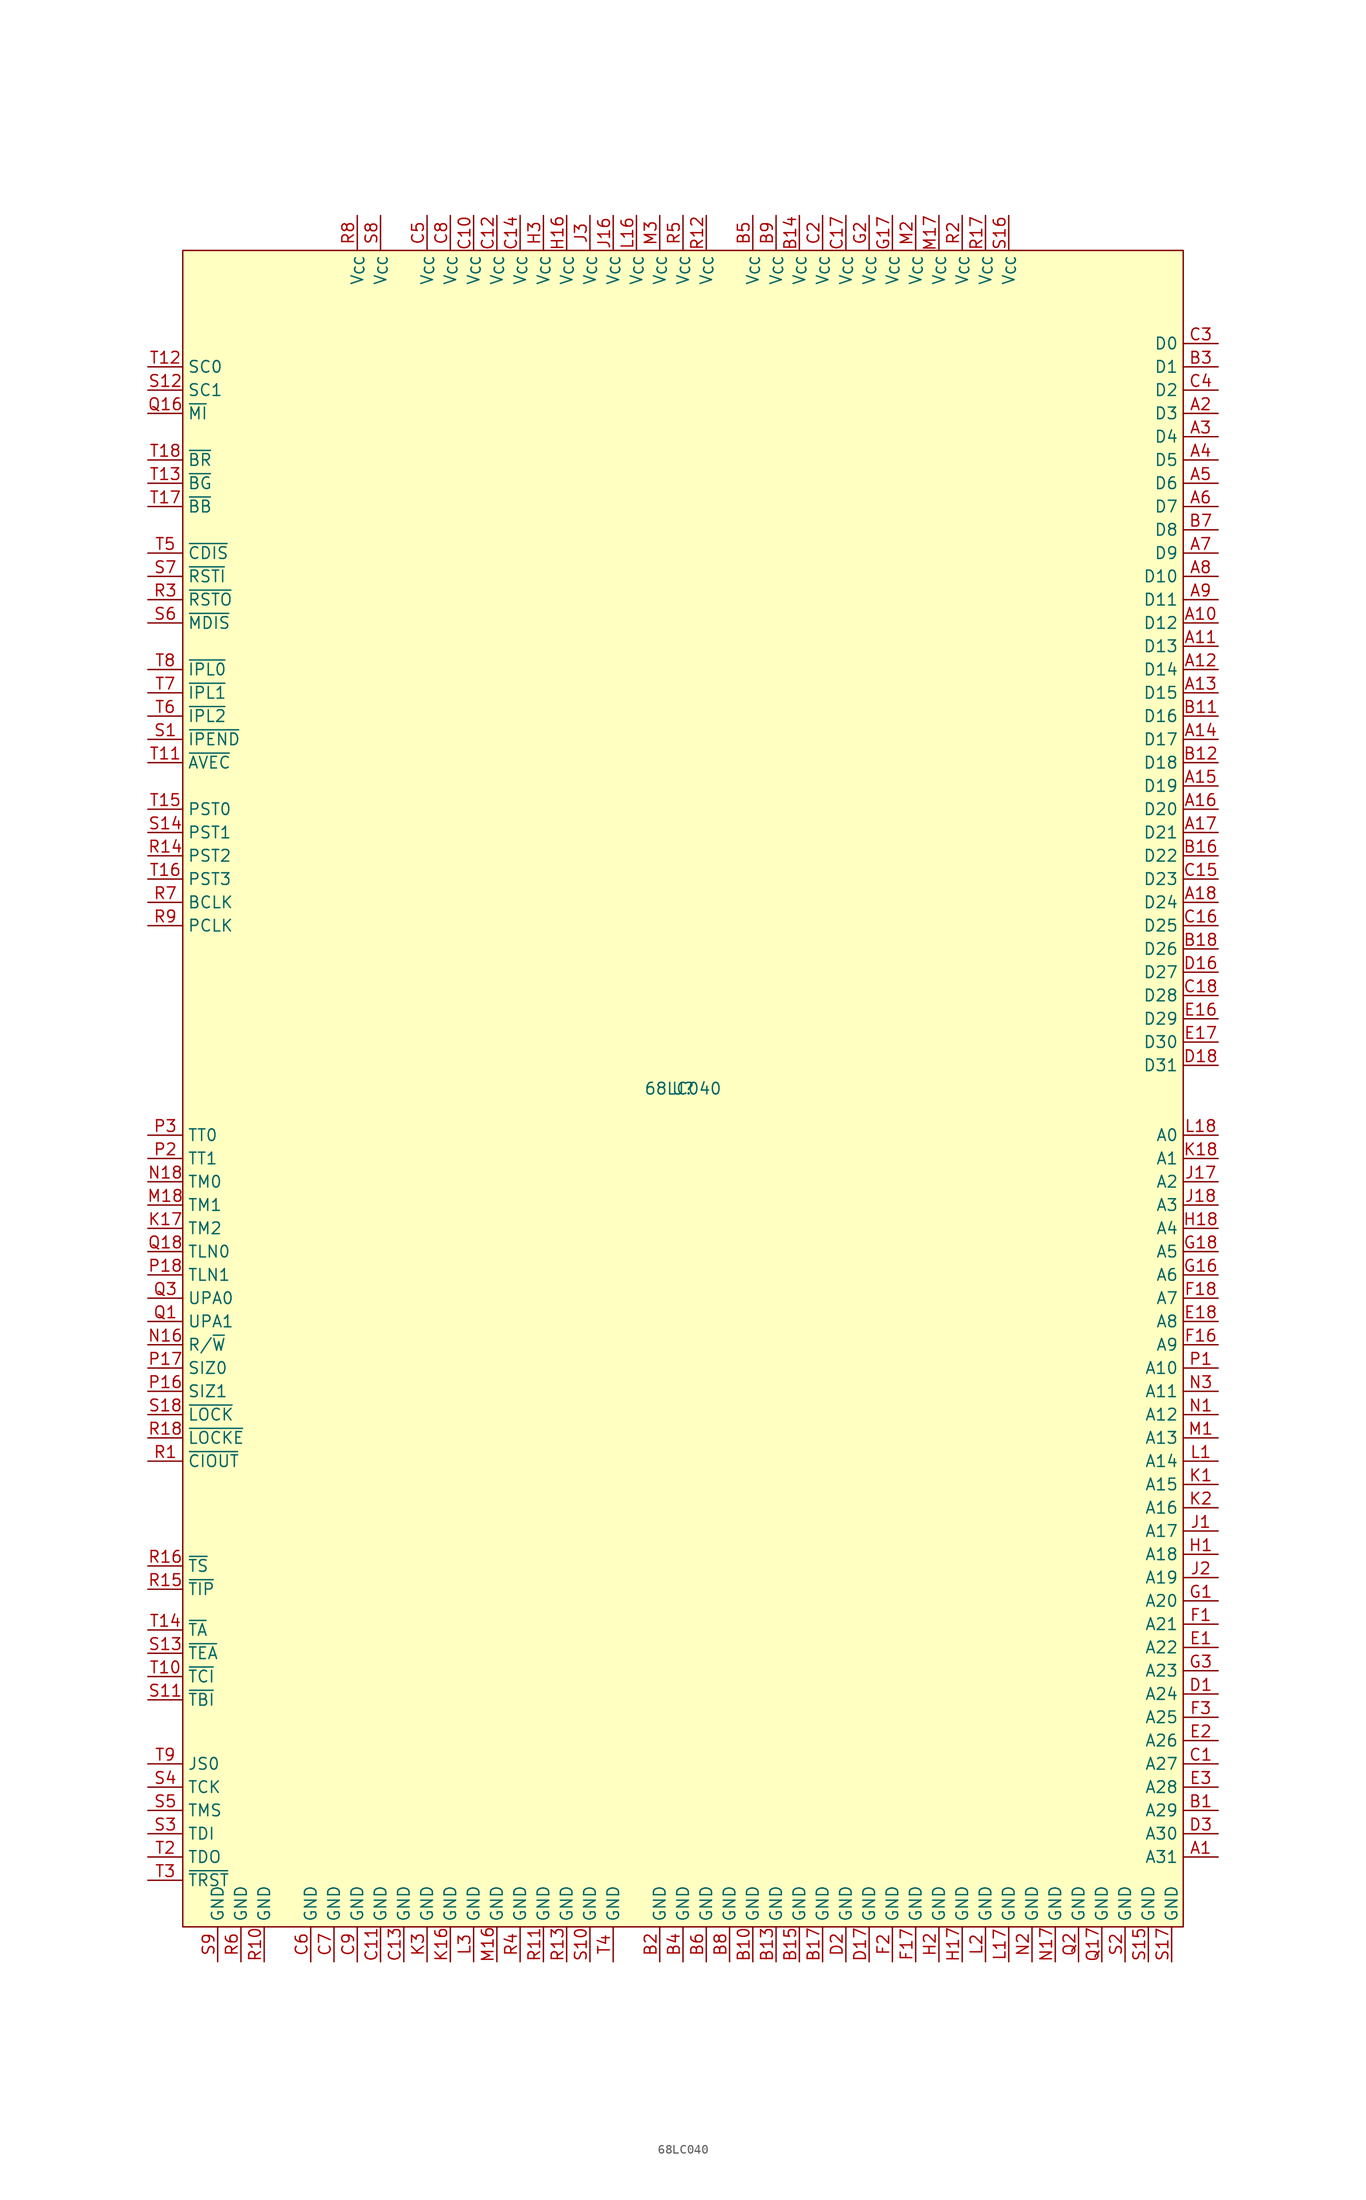
<source format=kicad_sym>
(kicad_symbol_lib
  (version 20220914)
  (generator kicad_symbol_editor)
  (symbol "68LC040"
    (property "Reference" "U"
      (at 0 0 0)
      (effects (font (size 1.27 1.27))))
    (property "Value" "68LC040"
      (at 0 0 0)
      (effects (font (size 1.27 1.27))))
    (symbol "68LC040_1_1"
      (rectangle (start -54.61 91.44) (end 54.61 -91.44) (stroke (width 0) (type default)) (fill (type background)))
      (pin bidirectional line (at 58.42 -83.82 180) (length 3.81) (name "A31" (effects (font (size 1.27 1.27)))) (number "A1" (effects (font (size 1.27 1.27)))))
      (pin bidirectional line (at 58.42 50.8 180) (length 3.81) (name "D12" (effects (font (size 1.27 1.27)))) (number "A10" (effects (font (size 1.27 1.27)))))
      (pin bidirectional line (at 58.42 48.26 180) (length 3.81) (name "D13" (effects (font (size 1.27 1.27)))) (number "A11" (effects (font (size 1.27 1.27)))))
      (pin bidirectional line (at 58.42 45.72 180) (length 3.81) (name "D14" (effects (font (size 1.27 1.27)))) (number "A12" (effects (font (size 1.27 1.27)))))
      (pin bidirectional line (at 58.42 43.18 180) (length 3.81) (name "D15" (effects (font (size 1.27 1.27)))) (number "A13" (effects (font (size 1.27 1.27)))))
      (pin bidirectional line (at 58.42 38.1 180) (length 3.81) (name "D17" (effects (font (size 1.27 1.27)))) (number "A14" (effects (font (size 1.27 1.27)))))
      (pin bidirectional line (at 58.42 33.02 180) (length 3.81) (name "D19" (effects (font (size 1.27 1.27)))) (number "A15" (effects (font (size 1.27 1.27)))))
      (pin bidirectional line (at 58.42 30.48 180) (length 3.81) (name "D20" (effects (font (size 1.27 1.27)))) (number "A16" (effects (font (size 1.27 1.27)))))
      (pin bidirectional line (at 58.42 27.94 180) (length 3.81) (name "D21" (effects (font (size 1.27 1.27)))) (number "A17" (effects (font (size 1.27 1.27)))))
      (pin bidirectional line (at 58.42 20.32 180) (length 3.81) (name "D24" (effects (font (size 1.27 1.27)))) (number "A18" (effects (font (size 1.27 1.27)))))
      (pin bidirectional line (at 58.42 73.66 180) (length 3.81) (name "D3" (effects (font (size 1.27 1.27)))) (number "A2" (effects (font (size 1.27 1.27)))))
      (pin bidirectional line (at 58.42 71.12 180) (length 3.81) (name "D4" (effects (font (size 1.27 1.27)))) (number "A3" (effects (font (size 1.27 1.27)))))
      (pin bidirectional line (at 58.42 68.58 180) (length 3.81) (name "D5" (effects (font (size 1.27 1.27)))) (number "A4" (effects (font (size 1.27 1.27)))))
      (pin bidirectional line (at 58.42 66.04 180) (length 3.81) (name "D6" (effects (font (size 1.27 1.27)))) (number "A5" (effects (font (size 1.27 1.27)))))
      (pin bidirectional line (at 58.42 63.5 180) (length 3.81) (name "D7" (effects (font (size 1.27 1.27)))) (number "A6" (effects (font (size 1.27 1.27)))))
      (pin bidirectional line (at 58.42 58.42 180) (length 3.81) (name "D9" (effects (font (size 1.27 1.27)))) (number "A7" (effects (font (size 1.27 1.27)))))
      (pin bidirectional line (at 58.42 55.88 180) (length 3.81) (name "D10" (effects (font (size 1.27 1.27)))) (number "A8" (effects (font (size 1.27 1.27)))))
      (pin bidirectional line (at 58.42 53.34 180) (length 3.81) (name "D11" (effects (font (size 1.27 1.27)))) (number "A9" (effects (font (size 1.27 1.27)))))
      (pin bidirectional line (at 58.42 -78.74 180) (length 3.81) (name "A29" (effects (font (size 1.27 1.27)))) (number "B1" (effects (font (size 1.27 1.27)))))
      (pin power_in line (at 7.62 -95.25 90) (length 3.81) (name "GND" (effects (font (size 1.27 1.27)))) (number "B10" (effects (font (size 1.27 1.27)))))
      (pin bidirectional line (at 58.42 40.64 180) (length 3.81) (name "D16" (effects (font (size 1.27 1.27)))) (number "B11" (effects (font (size 1.27 1.27)))))
      (pin bidirectional line (at 58.42 35.56 180) (length 3.81) (name "D18" (effects (font (size 1.27 1.27)))) (number "B12" (effects (font (size 1.27 1.27)))))
      (pin power_in line (at 10.16 -95.25 90) (length 3.81) (name "GND" (effects (font (size 1.27 1.27)))) (number "B13" (effects (font (size 1.27 1.27)))))
      (pin power_in line (at 12.7 95.25 270) (length 3.81) (name "V_{CC}" (effects (font (size 1.27 1.27)))) (number "B14" (effects (font (size 1.27 1.27)))))
      (pin power_in line (at 12.7 -95.25 90) (length 3.81) (name "GND" (effects (font (size 1.27 1.27)))) (number "B15" (effects (font (size 1.27 1.27)))))
      (pin bidirectional line (at 58.42 25.4 180) (length 3.81) (name "D22" (effects (font (size 1.27 1.27)))) (number "B16" (effects (font (size 1.27 1.27)))))
      (pin power_in line (at 15.24 -95.25 90) (length 3.81) (name "GND" (effects (font (size 1.27 1.27)))) (number "B17" (effects (font (size 1.27 1.27)))))
      (pin bidirectional line (at 58.42 15.24 180) (length 3.81) (name "D26" (effects (font (size 1.27 1.27)))) (number "B18" (effects (font (size 1.27 1.27)))))
      (pin power_in line (at -2.54 -95.25 90) (length 3.81) (name "GND" (effects (font (size 1.27 1.27)))) (number "B2" (effects (font (size 1.27 1.27)))))
      (pin bidirectional line (at 58.42 78.74 180) (length 3.81) (name "D1" (effects (font (size 1.27 1.27)))) (number "B3" (effects (font (size 1.27 1.27)))))
      (pin power_in line (at 0 -95.25 90) (length 3.81) (name "GND" (effects (font (size 1.27 1.27)))) (number "B4" (effects (font (size 1.27 1.27)))))
      (pin power_in line (at 7.62 95.25 270) (length 3.81) (name "V_{CC}" (effects (font (size 1.27 1.27)))) (number "B5" (effects (font (size 1.27 1.27)))))
      (pin power_in line (at 2.54 -95.25 90) (length 3.81) (name "GND" (effects (font (size 1.27 1.27)))) (number "B6" (effects (font (size 1.27 1.27)))))
      (pin bidirectional line (at 58.42 60.96 180) (length 3.81) (name "D8" (effects (font (size 1.27 1.27)))) (number "B7" (effects (font (size 1.27 1.27)))))
      (pin power_in line (at 5.08 -95.25 90) (length 3.81) (name "GND" (effects (font (size 1.27 1.27)))) (number "B8" (effects (font (size 1.27 1.27)))))
      (pin power_in line (at 10.16 95.25 270) (length 3.81) (name "V_{CC}" (effects (font (size 1.27 1.27)))) (number "B9" (effects (font (size 1.27 1.27)))))
      (pin bidirectional line (at 58.42 -73.66 180) (length 3.81) (name "A27" (effects (font (size 1.27 1.27)))) (number "C1" (effects (font (size 1.27 1.27)))))
      (pin power_in line (at -22.86 95.25 270) (length 3.81) (name "V_{CC}" (effects (font (size 1.27 1.27)))) (number "C10" (effects (font (size 1.27 1.27)))))
      (pin power_in line (at -33.02 -95.25 90) (length 3.81) (name "GND" (effects (font (size 1.27 1.27)))) (number "C11" (effects (font (size 1.27 1.27)))))
      (pin power_in line (at -20.32 95.25 270) (length 3.81) (name "V_{CC}" (effects (font (size 1.27 1.27)))) (number "C12" (effects (font (size 1.27 1.27)))))
      (pin power_in line (at -30.48 -95.25 90) (length 3.81) (name "GND" (effects (font (size 1.27 1.27)))) (number "C13" (effects (font (size 1.27 1.27)))))
      (pin power_in line (at -17.78 95.25 270) (length 3.81) (name "V_{CC}" (effects (font (size 1.27 1.27)))) (number "C14" (effects (font (size 1.27 1.27)))))
      (pin bidirectional line (at 58.42 22.86 180) (length 3.81) (name "D23" (effects (font (size 1.27 1.27)))) (number "C15" (effects (font (size 1.27 1.27)))))
      (pin bidirectional line (at 58.42 17.78 180) (length 3.81) (name "D25" (effects (font (size 1.27 1.27)))) (number "C16" (effects (font (size 1.27 1.27)))))
      (pin power_in line (at 17.78 95.25 270) (length 3.81) (name "V_{CC}" (effects (font (size 1.27 1.27)))) (number "C17" (effects (font (size 1.27 1.27)))))
      (pin bidirectional line (at 58.42 10.16 180) (length 3.81) (name "D28" (effects (font (size 1.27 1.27)))) (number "C18" (effects (font (size 1.27 1.27)))))
      (pin power_in line (at 15.24 95.25 270) (length 3.81) (name "V_{CC}" (effects (font (size 1.27 1.27)))) (number "C2" (effects (font (size 1.27 1.27)))))
      (pin bidirectional line (at 58.42 81.28 180) (length 3.81) (name "D0" (effects (font (size 1.27 1.27)))) (number "C3" (effects (font (size 1.27 1.27)))))
      (pin bidirectional line (at 58.42 76.2 180) (length 3.81) (name "D2" (effects (font (size 1.27 1.27)))) (number "C4" (effects (font (size 1.27 1.27)))))
      (pin power_in line (at -27.94 95.25 270) (length 3.81) (name "V_{CC}" (effects (font (size 1.27 1.27)))) (number "C5" (effects (font (size 1.27 1.27)))))
      (pin power_in line (at -40.64 -95.25 90) (length 3.81) (name "GND" (effects (font (size 1.27 1.27)))) (number "C6" (effects (font (size 1.27 1.27)))))
      (pin power_in line (at -38.1 -95.25 90) (length 3.81) (name "GND" (effects (font (size 1.27 1.27)))) (number "C7" (effects (font (size 1.27 1.27)))))
      (pin power_in line (at -25.4 95.25 270) (length 3.81) (name "V_{CC}" (effects (font (size 1.27 1.27)))) (number "C8" (effects (font (size 1.27 1.27)))))
      (pin power_in line (at -35.56 -95.25 90) (length 3.81) (name "GND" (effects (font (size 1.27 1.27)))) (number "C9" (effects (font (size 1.27 1.27)))))
      (pin bidirectional line (at 58.42 -66.04 180) (length 3.81) (name "A24" (effects (font (size 1.27 1.27)))) (number "D1" (effects (font (size 1.27 1.27)))))
      (pin bidirectional line (at 58.42 12.7 180) (length 3.81) (name "D27" (effects (font (size 1.27 1.27)))) (number "D16" (effects (font (size 1.27 1.27)))))
      (pin power_in line (at 20.32 -95.25 90) (length 3.81) (name "GND" (effects (font (size 1.27 1.27)))) (number "D17" (effects (font (size 1.27 1.27)))))
      (pin bidirectional line (at 58.42 2.54 180) (length 3.81) (name "D31" (effects (font (size 1.27 1.27)))) (number "D18" (effects (font (size 1.27 1.27)))))
      (pin power_in line (at 17.78 -95.25 90) (length 3.81) (name "GND" (effects (font (size 1.27 1.27)))) (number "D2" (effects (font (size 1.27 1.27)))))
      (pin bidirectional line (at 58.42 -81.28 180) (length 3.81) (name "A30" (effects (font (size 1.27 1.27)))) (number "D3" (effects (font (size 1.27 1.27)))))
      (pin bidirectional line (at 58.42 -60.96 180) (length 3.81) (name "A22" (effects (font (size 1.27 1.27)))) (number "E1" (effects (font (size 1.27 1.27)))))
      (pin bidirectional line (at 58.42 7.62 180) (length 3.81) (name "D29" (effects (font (size 1.27 1.27)))) (number "E16" (effects (font (size 1.27 1.27)))))
      (pin bidirectional line (at 58.42 5.08 180) (length 3.81) (name "D30" (effects (font (size 1.27 1.27)))) (number "E17" (effects (font (size 1.27 1.27)))))
      (pin bidirectional line (at 58.42 -25.4 180) (length 3.81) (name "A8" (effects (font (size 1.27 1.27)))) (number "E18" (effects (font (size 1.27 1.27)))))
      (pin bidirectional line (at 58.42 -71.12 180) (length 3.81) (name "A26" (effects (font (size 1.27 1.27)))) (number "E2" (effects (font (size 1.27 1.27)))))
      (pin bidirectional line (at 58.42 -76.2 180) (length 3.81) (name "A28" (effects (font (size 1.27 1.27)))) (number "E3" (effects (font (size 1.27 1.27)))))
      (pin bidirectional line (at 58.42 -58.42 180) (length 3.81) (name "A21" (effects (font (size 1.27 1.27)))) (number "F1" (effects (font (size 1.27 1.27)))))
      (pin bidirectional line (at 58.42 -27.94 180) (length 3.81) (name "A9" (effects (font (size 1.27 1.27)))) (number "F16" (effects (font (size 1.27 1.27)))))
      (pin power_in line (at 25.4 -95.25 90) (length 3.81) (name "GND" (effects (font (size 1.27 1.27)))) (number "F17" (effects (font (size 1.27 1.27)))))
      (pin bidirectional line (at 58.42 -22.86 180) (length 3.81) (name "A7" (effects (font (size 1.27 1.27)))) (number "F18" (effects (font (size 1.27 1.27)))))
      (pin power_in line (at 22.86 -95.25 90) (length 3.81) (name "GND" (effects (font (size 1.27 1.27)))) (number "F2" (effects (font (size 1.27 1.27)))))
      (pin bidirectional line (at 58.42 -68.58 180) (length 3.81) (name "A25" (effects (font (size 1.27 1.27)))) (number "F3" (effects (font (size 1.27 1.27)))))
      (pin bidirectional line (at 58.42 -55.88 180) (length 3.81) (name "A20" (effects (font (size 1.27 1.27)))) (number "G1" (effects (font (size 1.27 1.27)))))
      (pin bidirectional line (at 58.42 -20.32 180) (length 3.81) (name "A6" (effects (font (size 1.27 1.27)))) (number "G16" (effects (font (size 1.27 1.27)))))
      (pin power_in line (at 22.86 95.25 270) (length 3.81) (name "V_{CC}" (effects (font (size 1.27 1.27)))) (number "G17" (effects (font (size 1.27 1.27)))))
      (pin bidirectional line (at 58.42 -17.78 180) (length 3.81) (name "A5" (effects (font (size 1.27 1.27)))) (number "G18" (effects (font (size 1.27 1.27)))))
      (pin power_in line (at 20.32 95.25 270) (length 3.81) (name "V_{CC}" (effects (font (size 1.27 1.27)))) (number "G2" (effects (font (size 1.27 1.27)))))
      (pin bidirectional line (at 58.42 -63.5 180) (length 3.81) (name "A23" (effects (font (size 1.27 1.27)))) (number "G3" (effects (font (size 1.27 1.27)))))
      (pin bidirectional line (at 58.42 -50.8 180) (length 3.81) (name "A18" (effects (font (size 1.27 1.27)))) (number "H1" (effects (font (size 1.27 1.27)))))
      (pin power_in line (at -12.7 95.25 270) (length 3.81) (name "V_{CC}" (effects (font (size 1.27 1.27)))) (number "H16" (effects (font (size 1.27 1.27)))))
      (pin power_in line (at 30.48 -95.25 90) (length 3.81) (name "GND" (effects (font (size 1.27 1.27)))) (number "H17" (effects (font (size 1.27 1.27)))))
      (pin bidirectional line (at 58.42 -15.24 180) (length 3.81) (name "A4" (effects (font (size 1.27 1.27)))) (number "H18" (effects (font (size 1.27 1.27)))))
      (pin power_in line (at 27.94 -95.25 90) (length 3.81) (name "GND" (effects (font (size 1.27 1.27)))) (number "H2" (effects (font (size 1.27 1.27)))))
      (pin power_in line (at -15.24 95.25 270) (length 3.81) (name "V_{CC}" (effects (font (size 1.27 1.27)))) (number "H3" (effects (font (size 1.27 1.27)))))
      (pin bidirectional line (at 58.42 -48.26 180) (length 3.81) (name "A17" (effects (font (size 1.27 1.27)))) (number "J1" (effects (font (size 1.27 1.27)))))
      (pin power_in line (at -7.62 95.25 270) (length 3.81) (name "V_{CC}" (effects (font (size 1.27 1.27)))) (number "J16" (effects (font (size 1.27 1.27)))))
      (pin bidirectional line (at 58.42 -10.16 180) (length 3.81) (name "A2" (effects (font (size 1.27 1.27)))) (number "J17" (effects (font (size 1.27 1.27)))))
      (pin bidirectional line (at 58.42 -12.7 180) (length 3.81) (name "A3" (effects (font (size 1.27 1.27)))) (number "J18" (effects (font (size 1.27 1.27)))))
      (pin bidirectional line (at 58.42 -53.34 180) (length 3.81) (name "A19" (effects (font (size 1.27 1.27)))) (number "J2" (effects (font (size 1.27 1.27)))))
      (pin power_in line (at -10.16 95.25 270) (length 3.81) (name "V_{CC}" (effects (font (size 1.27 1.27)))) (number "J3" (effects (font (size 1.27 1.27)))))
      (pin bidirectional line (at 58.42 -43.18 180) (length 3.81) (name "A15" (effects (font (size 1.27 1.27)))) (number "K1" (effects (font (size 1.27 1.27)))))
      (pin power_in line (at -25.4 -95.25 90) (length 3.81) (name "GND" (effects (font (size 1.27 1.27)))) (number "K16" (effects (font (size 1.27 1.27)))))
      (pin output line (at -58.42 -15.24 0) (length 3.81) (name "TM2" (effects (font (size 1.27 1.27)))) (number "K17" (effects (font (size 1.27 1.27)))))
      (pin bidirectional line (at 58.42 -7.62 180) (length 3.81) (name "A1" (effects (font (size 1.27 1.27)))) (number "K18" (effects (font (size 1.27 1.27)))))
      (pin bidirectional line (at 58.42 -45.72 180) (length 3.81) (name "A16" (effects (font (size 1.27 1.27)))) (number "K2" (effects (font (size 1.27 1.27)))))
      (pin power_in line (at -27.94 -95.25 90) (length 3.81) (name "GND" (effects (font (size 1.27 1.27)))) (number "K3" (effects (font (size 1.27 1.27)))))
      (pin bidirectional line (at 58.42 -40.64 180) (length 3.81) (name "A14" (effects (font (size 1.27 1.27)))) (number "L1" (effects (font (size 1.27 1.27)))))
      (pin power_in line (at -5.08 95.25 270) (length 3.81) (name "V_{CC}" (effects (font (size 1.27 1.27)))) (number "L16" (effects (font (size 1.27 1.27)))))
      (pin power_in line (at 35.56 -95.25 90) (length 3.81) (name "GND" (effects (font (size 1.27 1.27)))) (number "L17" (effects (font (size 1.27 1.27)))))
      (pin bidirectional line (at 58.42 -5.08 180) (length 3.81) (name "A0" (effects (font (size 1.27 1.27)))) (number "L18" (effects (font (size 1.27 1.27)))))
      (pin power_in line (at 33.02 -95.25 90) (length 3.81) (name "GND" (effects (font (size 1.27 1.27)))) (number "L2" (effects (font (size 1.27 1.27)))))
      (pin power_in line (at -22.86 -95.25 90) (length 3.81) (name "GND" (effects (font (size 1.27 1.27)))) (number "L3" (effects (font (size 1.27 1.27)))))
      (pin bidirectional line (at 58.42 -38.1 180) (length 3.81) (name "A13" (effects (font (size 1.27 1.27)))) (number "M1" (effects (font (size 1.27 1.27)))))
      (pin power_in line (at -20.32 -95.25 90) (length 3.81) (name "GND" (effects (font (size 1.27 1.27)))) (number "M16" (effects (font (size 1.27 1.27)))))
      (pin power_in line (at 27.94 95.25 270) (length 3.81) (name "V_{CC}" (effects (font (size 1.27 1.27)))) (number "M17" (effects (font (size 1.27 1.27)))))
      (pin output line (at -58.42 -12.7 0) (length 3.81) (name "TM1" (effects (font (size 1.27 1.27)))) (number "M18" (effects (font (size 1.27 1.27)))))
      (pin power_in line (at 25.4 95.25 270) (length 3.81) (name "V_{CC}" (effects (font (size 1.27 1.27)))) (number "M2" (effects (font (size 1.27 1.27)))))
      (pin power_in line (at -2.54 95.25 270) (length 3.81) (name "V_{CC}" (effects (font (size 1.27 1.27)))) (number "M3" (effects (font (size 1.27 1.27)))))
      (pin bidirectional line (at 58.42 -35.56 180) (length 3.81) (name "A12" (effects (font (size 1.27 1.27)))) (number "N1" (effects (font (size 1.27 1.27)))))
      (pin bidirectional line (at -58.42 -27.94 0) (length 3.81) (name "R/~{W}" (effects (font (size 1.27 1.27)))) (number "N16" (effects (font (size 1.27 1.27)))))
      (pin power_in line (at 40.64 -95.25 90) (length 3.81) (name "GND" (effects (font (size 1.27 1.27)))) (number "N17" (effects (font (size 1.27 1.27)))))
      (pin output line (at -58.42 -10.16 0) (length 3.81) (name "TM0" (effects (font (size 1.27 1.27)))) (number "N18" (effects (font (size 1.27 1.27)))))
      (pin power_in line (at 38.1 -95.25 90) (length 3.81) (name "GND" (effects (font (size 1.27 1.27)))) (number "N2" (effects (font (size 1.27 1.27)))))
      (pin bidirectional line (at 58.42 -33.02 180) (length 3.81) (name "A11" (effects (font (size 1.27 1.27)))) (number "N3" (effects (font (size 1.27 1.27)))))
      (pin bidirectional line (at 58.42 -30.48 180) (length 3.81) (name "A10" (effects (font (size 1.27 1.27)))) (number "P1" (effects (font (size 1.27 1.27)))))
      (pin bidirectional line (at -58.42 -33.02 0) (length 3.81) (name "SIZ1" (effects (font (size 1.27 1.27)))) (number "P16" (effects (font (size 1.27 1.27)))))
      (pin bidirectional line (at -58.42 -30.48 0) (length 3.81) (name "SIZ0" (effects (font (size 1.27 1.27)))) (number "P17" (effects (font (size 1.27 1.27)))))
      (pin output line (at -58.42 -20.32 0) (length 3.81) (name "TLN1" (effects (font (size 1.27 1.27)))) (number "P18" (effects (font (size 1.27 1.27)))))
      (pin bidirectional line (at -58.42 -7.62 0) (length 3.81) (name "TT1" (effects (font (size 1.27 1.27)))) (number "P2" (effects (font (size 1.27 1.27)))))
      (pin bidirectional line (at -58.42 -5.08 0) (length 3.81) (name "TT0" (effects (font (size 1.27 1.27)))) (number "P3" (effects (font (size 1.27 1.27)))))
      (pin output line (at -58.42 -25.4 0) (length 3.81) (name "UPA1" (effects (font (size 1.27 1.27)))) (number "Q1" (effects (font (size 1.27 1.27)))))
      (pin output line (at -58.42 73.66 0) (length 3.81) (name "~{MI}" (effects (font (size 1.27 1.27)))) (number "Q16" (effects (font (size 1.27 1.27)))))
      (pin power_in line (at 45.72 -95.25 90) (length 3.81) (name "GND" (effects (font (size 1.27 1.27)))) (number "Q17" (effects (font (size 1.27 1.27)))))
      (pin output line (at -58.42 -17.78 0) (length 3.81) (name "TLN0" (effects (font (size 1.27 1.27)))) (number "Q18" (effects (font (size 1.27 1.27)))))
      (pin power_in line (at 43.18 -95.25 90) (length 3.81) (name "GND" (effects (font (size 1.27 1.27)))) (number "Q2" (effects (font (size 1.27 1.27)))))
      (pin output line (at -58.42 -22.86 0) (length 3.81) (name "UPA0" (effects (font (size 1.27 1.27)))) (number "Q3" (effects (font (size 1.27 1.27)))))
      (pin output line (at -58.42 -40.64 0) (length 3.81) (name "~{CIOUT}" (effects (font (size 1.27 1.27)))) (number "R1" (effects (font (size 1.27 1.27)))))
      (pin power_in line (at -45.72 -95.25 90) (length 3.81) (name "GND" (effects (font (size 1.27 1.27)))) (number "R10" (effects (font (size 1.27 1.27)))))
      (pin power_in line (at -15.24 -95.25 90) (length 3.81) (name "GND" (effects (font (size 1.27 1.27)))) (number "R11" (effects (font (size 1.27 1.27)))))
      (pin power_in line (at 2.54 95.25 270) (length 3.81) (name "V_{CC}" (effects (font (size 1.27 1.27)))) (number "R12" (effects (font (size 1.27 1.27)))))
      (pin power_in line (at -12.7 -95.25 90) (length 3.81) (name "GND" (effects (font (size 1.27 1.27)))) (number "R13" (effects (font (size 1.27 1.27)))))
      (pin output line (at -58.42 25.4 0) (length 3.81) (name "PST2" (effects (font (size 1.27 1.27)))) (number "R14" (effects (font (size 1.27 1.27)))))
      (pin output line (at -58.42 -54.61 0) (length 3.81) (name "~{TIP}" (effects (font (size 1.27 1.27)))) (number "R15" (effects (font (size 1.27 1.27)))))
      (pin bidirectional line (at -58.42 -52.07 0) (length 3.81) (name "~{TS}" (effects (font (size 1.27 1.27)))) (number "R16" (effects (font (size 1.27 1.27)))))
      (pin power_in line (at 33.02 95.25 270) (length 3.81) (name "V_{CC}" (effects (font (size 1.27 1.27)))) (number "R17" (effects (font (size 1.27 1.27)))))
      (pin output line (at -58.42 -38.1 0) (length 3.81) (name "~{LOCKE}" (effects (font (size 1.27 1.27)))) (number "R18" (effects (font (size 1.27 1.27)))))
      (pin power_in line (at 30.48 95.25 270) (length 3.81) (name "V_{CC}" (effects (font (size 1.27 1.27)))) (number "R2" (effects (font (size 1.27 1.27)))))
      (pin output line (at -58.42 53.34 0) (length 3.81) (name "~{RSTO}" (effects (font (size 1.27 1.27)))) (number "R3" (effects (font (size 1.27 1.27)))))
      (pin power_in line (at -17.78 -95.25 90) (length 3.81) (name "GND" (effects (font (size 1.27 1.27)))) (number "R4" (effects (font (size 1.27 1.27)))))
      (pin power_in line (at 0 95.25 270) (length 3.81) (name "V_{CC}" (effects (font (size 1.27 1.27)))) (number "R5" (effects (font (size 1.27 1.27)))))
      (pin power_in line (at -48.26 -95.25 90) (length 3.81) (name "GND" (effects (font (size 1.27 1.27)))) (number "R6" (effects (font (size 1.27 1.27)))))
      (pin input line (at -58.42 20.32 0) (length 3.81) (name "BCLK" (effects (font (size 1.27 1.27)))) (number "R7" (effects (font (size 1.27 1.27)))))
      (pin power_in line (at -35.56 95.25 270) (length 3.81) (name "V_{CC}" (effects (font (size 1.27 1.27)))) (number "R8" (effects (font (size 1.27 1.27)))))
      (pin input line (at -58.42 17.78 0) (length 3.81) (name "PCLK" (effects (font (size 1.27 1.27)))) (number "R9" (effects (font (size 1.27 1.27)))))
      (pin output line (at -58.42 38.1 0) (length 3.81) (name "~{IPEND}" (effects (font (size 1.27 1.27)))) (number "S1" (effects (font (size 1.27 1.27)))))
      (pin power_in line (at -10.16 -95.25 90) (length 3.81) (name "GND" (effects (font (size 1.27 1.27)))) (number "S10" (effects (font (size 1.27 1.27)))))
      (pin input line (at -58.42 -66.675 0) (length 3.81) (name "~{TBI}" (effects (font (size 1.27 1.27)))) (number "S11" (effects (font (size 1.27 1.27)))))
      (pin input line (at -58.42 76.2 0) (length 3.81) (name "SC1" (effects (font (size 1.27 1.27)))) (number "S12" (effects (font (size 1.27 1.27)))))
      (pin input line (at -58.42 -61.595 0) (length 3.81) (name "~{TEA}" (effects (font (size 1.27 1.27)))) (number "S13" (effects (font (size 1.27 1.27)))))
      (pin output line (at -58.42 27.94 0) (length 3.81) (name "PST1" (effects (font (size 1.27 1.27)))) (number "S14" (effects (font (size 1.27 1.27)))))
      (pin power_in line (at 50.8 -95.25 90) (length 3.81) (name "GND" (effects (font (size 1.27 1.27)))) (number "S15" (effects (font (size 1.27 1.27)))))
      (pin power_in line (at 35.56 95.25 270) (length 3.81) (name "V_{CC}" (effects (font (size 1.27 1.27)))) (number "S16" (effects (font (size 1.27 1.27)))))
      (pin power_in line (at 53.34 -95.25 90) (length 3.81) (name "GND" (effects (font (size 1.27 1.27)))) (number "S17" (effects (font (size 1.27 1.27)))))
      (pin output line (at -58.42 -35.56 0) (length 3.81) (name "~{LOCK}" (effects (font (size 1.27 1.27)))) (number "S18" (effects (font (size 1.27 1.27)))))
      (pin power_in line (at 48.26 -95.25 90) (length 3.81) (name "GND" (effects (font (size 1.27 1.27)))) (number "S2" (effects (font (size 1.27 1.27)))))
      (pin input line (at -58.42 -81.28 0) (length 3.81) (name "TDI" (effects (font (size 1.27 1.27)))) (number "S3" (effects (font (size 1.27 1.27)))))
      (pin input line (at -58.42 -76.2 0) (length 3.81) (name "TCK" (effects (font (size 1.27 1.27)))) (number "S4" (effects (font (size 1.27 1.27)))))
      (pin input line (at -58.42 -78.74 0) (length 3.81) (name "TMS" (effects (font (size 1.27 1.27)))) (number "S5" (effects (font (size 1.27 1.27)))))
      (pin input line (at -58.42 50.8 0) (length 3.81) (name "~{MDIS}" (effects (font (size 1.27 1.27)))) (number "S6" (effects (font (size 1.27 1.27)))))
      (pin input line (at -58.42 55.88 0) (length 3.81) (name "~{RSTI}" (effects (font (size 1.27 1.27)))) (number "S7" (effects (font (size 1.27 1.27)))))
      (pin power_in line (at -33.02 95.25 270) (length 3.81) (name "V_{CC}" (effects (font (size 1.27 1.27)))) (number "S8" (effects (font (size 1.27 1.27)))))
      (pin power_in line (at -50.8 -95.25 90) (length 3.81) (name "GND" (effects (font (size 1.27 1.27)))) (number "S9" (effects (font (size 1.27 1.27)))))
      (pin input line (at -58.42 -64.135 0) (length 3.81) (name "~{TCI}" (effects (font (size 1.27 1.27)))) (number "T10" (effects (font (size 1.27 1.27)))))
      (pin input line (at -58.42 35.56 0) (length 3.81) (name "~{AVEC}" (effects (font (size 1.27 1.27)))) (number "T11" (effects (font (size 1.27 1.27)))))
      (pin input line (at -58.42 78.74 0) (length 3.81) (name "SC0" (effects (font (size 1.27 1.27)))) (number "T12" (effects (font (size 1.27 1.27)))))
      (pin input line (at -58.42 66.04 0) (length 3.81) (name "~{BG}" (effects (font (size 1.27 1.27)))) (number "T13" (effects (font (size 1.27 1.27)))))
      (pin bidirectional line (at -58.42 -59.055 0) (length 3.81) (name "~{TA}" (effects (font (size 1.27 1.27)))) (number "T14" (effects (font (size 1.27 1.27)))))
      (pin output line (at -58.42 30.48 0) (length 3.81) (name "PST0" (effects (font (size 1.27 1.27)))) (number "T15" (effects (font (size 1.27 1.27)))))
      (pin output line (at -58.42 22.86 0) (length 3.81) (name "PST3" (effects (font (size 1.27 1.27)))) (number "T16" (effects (font (size 1.27 1.27)))))
      (pin bidirectional line (at -58.42 63.5 0) (length 3.81) (name "~{BB}" (effects (font (size 1.27 1.27)))) (number "T17" (effects (font (size 1.27 1.27)))))
      (pin output line (at -58.42 68.58 0) (length 3.81) (name "~{BR}" (effects (font (size 1.27 1.27)))) (number "T18" (effects (font (size 1.27 1.27)))))
      (pin output line (at -58.42 -83.82 0) (length 3.81) (name "TDO" (effects (font (size 1.27 1.27)))) (number "T2" (effects (font (size 1.27 1.27)))))
      (pin input line (at -58.42 -86.36 0) (length 3.81) (name "~{TRST}" (effects (font (size 1.27 1.27)))) (number "T3" (effects (font (size 1.27 1.27)))))
      (pin power_in line (at -7.62 -95.25 90) (length 3.81) (name "GND" (effects (font (size 1.27 1.27)))) (number "T4" (effects (font (size 1.27 1.27)))))
      (pin input line (at -58.42 58.42 0) (length 3.81) (name "~{CDIS}" (effects (font (size 1.27 1.27)))) (number "T5" (effects (font (size 1.27 1.27)))))
      (pin input line (at -58.42 40.64 0) (length 3.81) (name "~{IPL2}" (effects (font (size 1.27 1.27)))) (number "T6" (effects (font (size 1.27 1.27)))))
      (pin input line (at -58.42 43.18 0) (length 3.81) (name "~{IPL1}" (effects (font (size 1.27 1.27)))) (number "T7" (effects (font (size 1.27 1.27)))))
      (pin input line (at -58.42 45.72 0) (length 3.81) (name "~{IPL0}" (effects (font (size 1.27 1.27)))) (number "T8" (effects (font (size 1.27 1.27)))))
      (pin input line (at -58.42 -73.66 0) (length 3.81) (name "JS0" (effects (font (size 1.27 1.27)))) (number "T9" (effects (font (size 1.27 1.27))))))))
</source>
